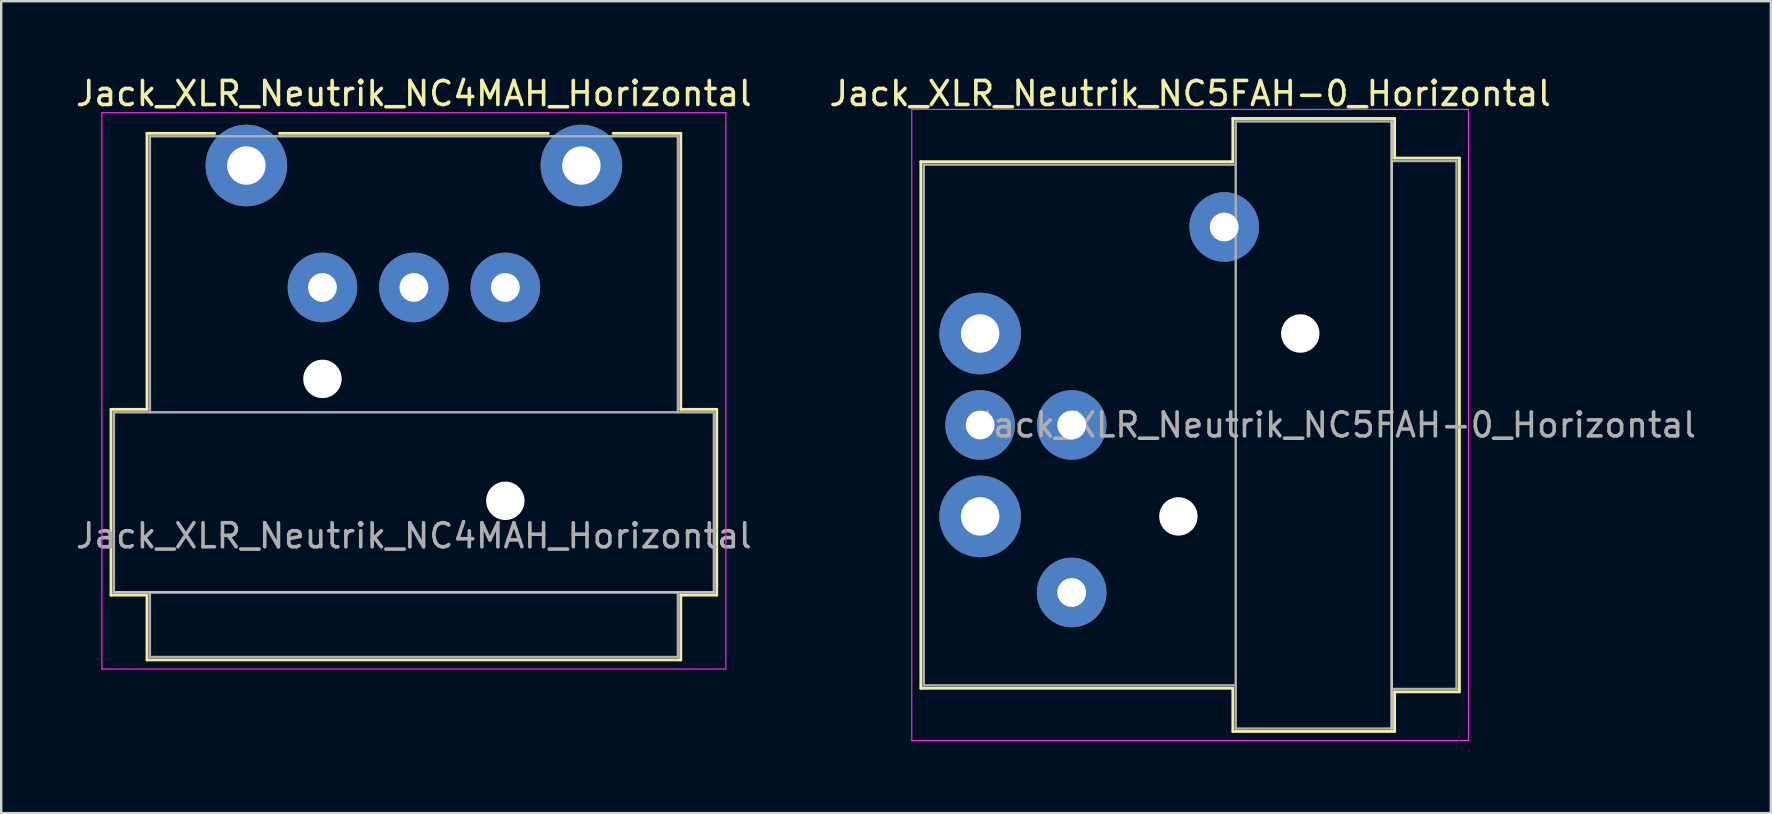
<source format=kicad_pcb>
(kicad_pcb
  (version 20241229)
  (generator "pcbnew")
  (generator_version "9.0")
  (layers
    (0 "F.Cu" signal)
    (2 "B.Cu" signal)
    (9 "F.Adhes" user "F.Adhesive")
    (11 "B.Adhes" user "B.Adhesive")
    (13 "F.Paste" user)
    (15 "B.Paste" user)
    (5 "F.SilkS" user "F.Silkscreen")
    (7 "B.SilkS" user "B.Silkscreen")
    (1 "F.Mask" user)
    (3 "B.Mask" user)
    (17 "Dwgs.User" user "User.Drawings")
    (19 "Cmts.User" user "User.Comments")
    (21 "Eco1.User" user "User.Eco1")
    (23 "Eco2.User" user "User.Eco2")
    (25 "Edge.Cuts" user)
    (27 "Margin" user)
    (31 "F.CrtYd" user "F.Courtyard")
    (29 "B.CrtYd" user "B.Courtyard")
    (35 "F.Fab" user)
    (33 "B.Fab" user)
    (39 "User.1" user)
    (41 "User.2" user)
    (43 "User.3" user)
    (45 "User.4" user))
  (footprint "Jack_XLR_Neutrik_NC5FAH-0_Horizontal"
    (layer "F.Cu")
    (at 37.792 10.848)
    (property "Reference" "Jack_XLR_Neutrik_NC5FAH-0_Horizontal" (at 8.75 -10 0) (layer "F.SilkS") (effects (font (size 1 1) (thickness 0.15))))
    (attr through_hole)
    (fp_line (start -2.47 -7.16) (end -2.47 14.78) (stroke (width 0.12) (type solid)) (layer "F.SilkS"))
    (fp_line (start 10.53 -7.16) (end -2.47 -7.16) (stroke (width 0.12) (type solid)) (layer "F.SilkS"))
    (fp_line (start 10.53 -7.16) (end 10.53 -8.96) (stroke (width 0.12) (type solid)) (layer "F.SilkS"))
    (fp_line (start 10.53 14.78) (end -2.47 14.78) (stroke (width 0.12) (type solid)) (layer "F.SilkS"))
    (fp_line (start 10.53 16.58) (end 10.53 14.78) (stroke (width 0.12) (type solid)) (layer "F.SilkS"))
    (fp_line (start 17.27 -8.96) (end 10.53 -8.96) (stroke (width 0.12) (type solid)) (layer "F.SilkS"))
    (fp_line (start 17.27 -8.96) (end 17.27 -7.31) (stroke (width 0.12) (type solid)) (layer "F.SilkS"))
    (fp_line (start 17.27 -7.31) (end 19.97 -7.31) (stroke (width 0.12) (type solid)) (layer "F.SilkS"))
    (fp_line (start 17.27 14.93) (end 17.27 16.58) (stroke (width 0.12) (type solid)) (layer "F.SilkS"))
    (fp_line (start 17.27 14.93) (end 19.97 14.93) (stroke (width 0.12) (type solid)) (layer "F.SilkS"))
    (fp_line (start 17.27 16.58) (end 10.53 16.58) (stroke (width 0.12) (type solid)) (layer "F.SilkS"))
    (fp_line (start 19.97 -7.31) (end 19.97 14.93) (stroke (width 0.12) (type solid)) (layer "F.SilkS"))
    (fp_line (start 17.15 -8.84) (end 17.15 16.46) (stroke (width 0.1) (type solid)) (layer "Dwgs.User"))
    (fp_line (start -2.85 -9.34) (end -2.85 16.96) (stroke (width 0.05) (type solid)) (layer "F.CrtYd"))
    (fp_line (start 20.35 -9.34) (end -2.85 -9.34) (stroke (width 0.05) (type solid)) (layer "F.CrtYd"))
    (fp_line (start 20.35 -9.34) (end 20.35 16.96) (stroke (width 0.05) (type solid)) (layer "F.CrtYd"))
    (fp_line (start 20.35 16.96) (end -2.85 16.96) (stroke (width 0.05) (type solid)) (layer "F.CrtYd"))
    (fp_line (start -2.35 -7.04) (end -2.35 14.66) (stroke (width 0.1) (type solid)) (layer "F.Fab"))
    (fp_line (start -2.35 14.66) (end 10.65 14.66) (stroke (width 0.1) (type solid)) (layer "F.Fab"))
    (fp_line (start 10.65 -8.84) (end 17.15 -8.84) (stroke (width 0.1) (type solid)) (layer "F.Fab"))
    (fp_line (start 10.65 -7.04) (end -2.35 -7.04) (stroke (width 0.1) (type solid)) (layer "F.Fab"))
    (fp_line (start 10.65 16.46) (end 10.65 -8.84) (stroke (width 0.1) (type solid)) (layer "F.Fab"))
    (fp_line (start 17.15 -8.84) (end 17.15 16.46) (stroke (width 0.1) (type solid)) (layer "F.Fab"))
    (fp_line (start 17.15 -7.19) (end 19.85 -7.19) (stroke (width 0.1) (type solid)) (layer "F.Fab"))
    (fp_line (start 17.15 16.46) (end 10.65 16.46) (stroke (width 0.1) (type solid)) (layer "F.Fab"))
    (fp_line (start 19.85 -7.19) (end 19.85 14.81) (stroke (width 0.1) (type solid)) (layer "F.Fab"))
    (fp_line (start 19.85 14.81) (end 17.15 14.81) (stroke (width 0.1) (type solid)) (layer "F.Fab"))
    (fp_text user "${REFERENCE}" (at 14.8 3.81 0) (layer "F.Fab") (effects (font (size 1 1) (thickness 0.15))))
    (pad "" np_thru_hole circle (at 8.26 7.62) (size 1.6 1.6) (drill 1.6) (layers "*.Cu" "*.Mask"))
    (pad "" np_thru_hole circle (at 13.34 0) (size 1.6 1.6) (drill 1.6) (layers "*.Cu" "*.Mask"))
    (pad "1" thru_hole circle (at 0 0) (size 3.4 3.4) (drill 1.6) (layers "*.Cu" "*.Mask"))
    (pad "2" thru_hole circle (at 3.815 3.81) (size 2.9 2.9) (drill 1.2) (layers "*.Cu" "*.Mask"))
    (pad "3" thru_hole circle (at 0 3.81) (size 2.9 2.9) (drill 1.2) (layers "*.Cu" "*.Mask"))
    (pad "4" thru_hole circle (at 3.815 10.79) (size 2.9 2.9) (drill 1.2) (layers "*.Cu" "*.Mask"))
    (pad "5" thru_hole circle (at 0 7.62) (size 3.4 3.4) (drill 1.6) (layers "*.Cu" "*.Mask"))
    (pad "G" thru_hole circle (at 10.17 -4.44) (size 2.9 2.9) (drill 1.2) (layers "*.Cu" "*.Mask")))
  (footprint "Jack_XLR_Neutrik_NC4MAH_Horizontal"
    (layer "F.Cu")
    (at 7.216 3.848)
    (property "Reference" "Jack_XLR_Neutrik_NC4MAH_Horizontal" (at 6.98 -3 0) (layer "F.SilkS") (effects (font (size 1 1) (thickness 0.15))))
    (attr through_hole)
    (fp_line (start -5.64 10.16) (end -4.14 10.16) (stroke (width 0.12) (type solid)) (layer "F.SilkS"))
    (fp_line (start -5.64 17.9) (end -5.64 10.16) (stroke (width 0.12) (type solid)) (layer "F.SilkS"))
    (fp_line (start -4.14 -1.34) (end -1.32 -1.34) (stroke (width 0.12) (type solid)) (layer "F.SilkS"))
    (fp_line (start -4.14 10.16) (end -4.14 -1.34) (stroke (width 0.12) (type solid)) (layer "F.SilkS"))
    (fp_line (start -4.14 17.9) (end -5.64 17.9) (stroke (width 0.12) (type solid)) (layer "F.SilkS"))
    (fp_line (start -4.14 17.9) (end -4.14 20.6) (stroke (width 0.12) (type solid)) (layer "F.SilkS"))
    (fp_line (start 12.58 -1.34) (end 1.38 -1.34) (stroke (width 0.12) (type solid)) (layer "F.SilkS"))
    (fp_line (start 18.1 -1.34) (end 15.28 -1.34) (stroke (width 0.12) (type solid)) (layer "F.SilkS"))
    (fp_line (start 18.1 10.16) (end 18.1 -1.34) (stroke (width 0.12) (type solid)) (layer "F.SilkS"))
    (fp_line (start 18.1 10.16) (end 19.6 10.16) (stroke (width 0.12) (type solid)) (layer "F.SilkS"))
    (fp_line (start 18.1 17.9) (end 18.1 20.6) (stroke (width 0.12) (type solid)) (layer "F.SilkS"))
    (fp_line (start 18.1 20.6) (end -4.14 20.6) (stroke (width 0.12) (type solid)) (layer "F.SilkS"))
    (fp_line (start 19.6 17.9) (end 18.1 17.9) (stroke (width 0.12) (type solid)) (layer "F.SilkS"))
    (fp_line (start 19.6 17.9) (end 19.6 10.16) (stroke (width 0.12) (type solid)) (layer "F.SilkS"))
    (fp_line (start 19.48 17.78) (end -5.52 17.78) (stroke (width 0.1) (type solid)) (layer "Dwgs.User"))
    (fp_line (start -6.02 20.98) (end -6.02 -2.2) (stroke (width 0.05) (type solid)) (layer "F.CrtYd"))
    (fp_line (start 19.98 -2.2) (end -6.02 -2.2) (stroke (width 0.05) (type solid)) (layer "F.CrtYd"))
    (fp_line (start 19.98 20.98) (end -6.02 20.98) (stroke (width 0.05) (type solid)) (layer "F.CrtYd"))
    (fp_line (start 19.98 20.98) (end 19.98 -2.2) (stroke (width 0.05) (type solid)) (layer "F.CrtYd"))
    (fp_line (start -5.52 10.28) (end 19.48 10.28) (stroke (width 0.1) (type solid)) (layer "F.Fab"))
    (fp_line (start -5.52 17.78) (end -5.52 10.28) (stroke (width 0.1) (type solid)) (layer "F.Fab"))
    (fp_line (start -4.02 -1.22) (end -4.02 10.28) (stroke (width 0.1) (type solid)) (layer "F.Fab"))
    (fp_line (start -4.02 20.48) (end -4.02 17.78) (stroke (width 0.1) (type solid)) (layer "F.Fab"))
    (fp_line (start 17.98 -1.22) (end -4.02 -1.22) (stroke (width 0.1) (type solid)) (layer "F.Fab"))
    (fp_line (start 17.98 10.28) (end 17.98 -1.22) (stroke (width 0.1) (type solid)) (layer "F.Fab"))
    (fp_line (start 17.98 17.78) (end 17.98 20.48) (stroke (width 0.1) (type solid)) (layer "F.Fab"))
    (fp_line (start 17.98 20.48) (end -4.02 20.48) (stroke (width 0.1) (type solid)) (layer "F.Fab"))
    (fp_line (start 19.48 10.28) (end 19.48 17.78) (stroke (width 0.1) (type solid)) (layer "F.Fab"))
    (fp_line (start 19.48 17.78) (end -5.52 17.78) (stroke (width 0.1) (type solid)) (layer "F.Fab"))
    (fp_text user "${REFERENCE}" (at 6.98 15.43 0) (layer "F.Fab") (effects (font (size 1 1) (thickness 0.15))))
    (pad "" np_thru_hole circle (at 3.17 8.89) (size 1.6 1.6) (drill 1.6) (layers "*.Cu" "*.Mask"))
    (pad "" np_thru_hole circle (at 10.79 13.97) (size 1.6 1.6) (drill 1.6) (layers "*.Cu" "*.Mask"))
    (pad "1" thru_hole circle (at 0 0) (size 3.4 3.4) (drill 1.6) (layers "*.Cu" "*.Mask"))
    (pad "2" thru_hole circle (at 3.17 5.08) (size 2.9 2.9) (drill 1.2) (layers "*.Cu" "*.Mask"))
    (pad "3" thru_hole circle (at 10.79 5.08) (size 2.9 2.9) (drill 1.2) (layers "*.Cu" "*.Mask"))
    (pad "4" thru_hole circle (at 13.96 0) (size 3.4 3.4) (drill 1.6) (layers "*.Cu" "*.Mask"))
    (pad "G" thru_hole circle (at 6.98 5.08) (size 2.9 2.9) (drill 1.2) (layers "*.Cu" "*.Mask")))
  (gr_rect
    (start -3 -3)
    (end 70.74 30.833)
    (stroke (width 0.1) (type default))
    (fill no)
    (layer "Edge.Cuts")))
</source>
